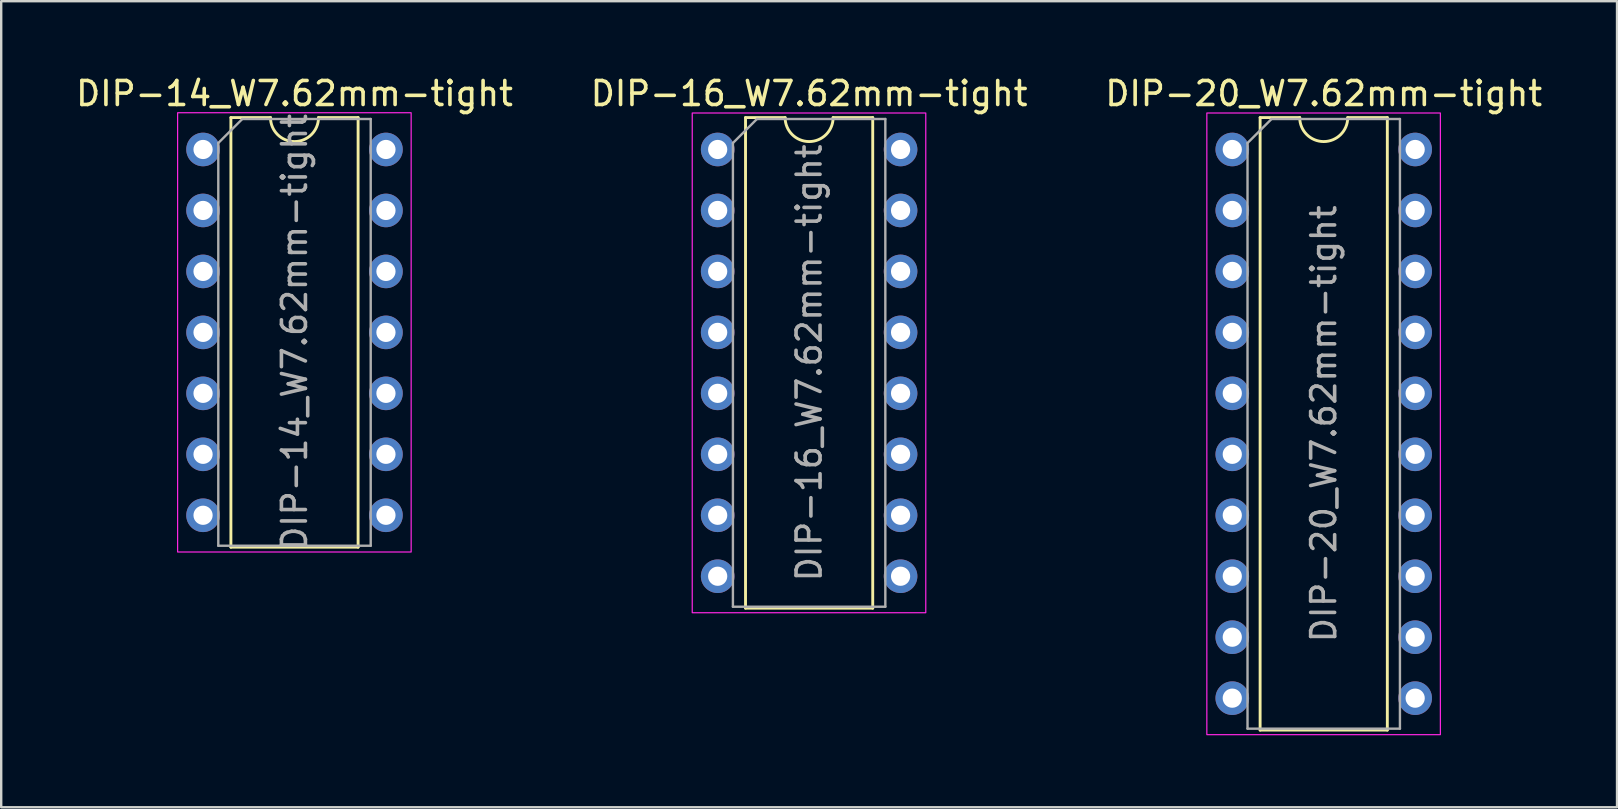
<source format=kicad_pcb>
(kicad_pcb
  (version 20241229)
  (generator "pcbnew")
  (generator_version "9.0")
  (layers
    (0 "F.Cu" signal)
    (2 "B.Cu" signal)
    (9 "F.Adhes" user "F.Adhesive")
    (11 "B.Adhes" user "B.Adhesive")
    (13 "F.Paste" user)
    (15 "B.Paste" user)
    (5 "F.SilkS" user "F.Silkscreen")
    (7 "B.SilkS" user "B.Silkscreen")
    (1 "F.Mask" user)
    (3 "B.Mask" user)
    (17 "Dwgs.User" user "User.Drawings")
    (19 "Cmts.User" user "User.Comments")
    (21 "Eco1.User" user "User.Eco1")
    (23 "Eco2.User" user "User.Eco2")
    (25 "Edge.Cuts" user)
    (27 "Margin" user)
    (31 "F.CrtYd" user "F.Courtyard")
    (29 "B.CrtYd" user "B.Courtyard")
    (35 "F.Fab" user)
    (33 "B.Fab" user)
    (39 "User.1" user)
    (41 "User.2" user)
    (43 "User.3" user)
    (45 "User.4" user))
  (footprint "DIP-20_W7.62mm-tight"
    (layer "F.Cu")
    (at 48.291 3.178)
    (property "Reference" "DIP-20_W7.62mm-tight" (at 3.81 -2.33 0) (layer "F.SilkS") (effects (font (size 1 1) (thickness 0.15))))
    (attr through_hole)
    (fp_line (start 1.16 -1.33) (end 1.16 24.19) (stroke (width 0.12) (type solid)) (layer "F.SilkS"))
    (fp_line (start 1.16 24.19) (end 6.46 24.19) (stroke (width 0.12) (type solid)) (layer "F.SilkS"))
    (fp_line (start 2.81 -1.33) (end 1.16 -1.33) (stroke (width 0.12) (type solid)) (layer "F.SilkS"))
    (fp_line (start 6.46 -1.33) (end 4.81 -1.33) (stroke (width 0.12) (type solid)) (layer "F.SilkS"))
    (fp_line (start 6.46 24.19) (end 6.46 -1.33) (stroke (width 0.12) (type solid)) (layer "F.SilkS"))
    (fp_arc (start 4.81 -1.33) (mid 3.81 -0.33) (end 2.81 -1.33) (stroke (width 0.12) (type solid)) (layer "F.SilkS"))
    (fp_rect (start -1.06 -1.52) (end 8.67 24.38) (stroke (width 0.05) (type solid)) (fill no) (layer "F.CrtYd"))
    (fp_line (start 0.635 -0.27) (end 1.635 -1.27) (stroke (width 0.1) (type solid)) (layer "F.Fab"))
    (fp_line (start 0.635 24.13) (end 0.635 -0.27) (stroke (width 0.1) (type solid)) (layer "F.Fab"))
    (fp_line (start 1.635 -1.27) (end 6.985 -1.27) (stroke (width 0.1) (type solid)) (layer "F.Fab"))
    (fp_line (start 6.985 -1.27) (end 6.985 24.13) (stroke (width 0.1) (type solid)) (layer "F.Fab"))
    (fp_line (start 6.985 24.13) (end 0.635 24.13) (stroke (width 0.1) (type solid)) (layer "F.Fab"))
    (fp_text user "${REFERENCE}" (at 3.81 11.43 90) (layer "F.Fab") (effects (font (size 1 1) (thickness 0.15))))
    (pad "1" thru_hole circle (at 0 0) (size 1.4 1.4) (drill 0.8) (layers "*.Cu" "*.Mask"))
    (pad "2" thru_hole circle (at 0 2.54) (size 1.4 1.4) (drill 0.8) (layers "*.Cu" "*.Mask"))
    (pad "3" thru_hole circle (at 0 5.08) (size 1.4 1.4) (drill 0.8) (layers "*.Cu" "*.Mask"))
    (pad "4" thru_hole circle (at 0 7.62) (size 1.4 1.4) (drill 0.8) (layers "*.Cu" "*.Mask"))
    (pad "5" thru_hole circle (at 0 10.16) (size 1.4 1.4) (drill 0.8) (layers "*.Cu" "*.Mask"))
    (pad "6" thru_hole circle (at 0 12.7) (size 1.4 1.4) (drill 0.8) (layers "*.Cu" "*.Mask"))
    (pad "7" thru_hole circle (at 0 15.24) (size 1.4 1.4) (drill 0.8) (layers "*.Cu" "*.Mask"))
    (pad "8" thru_hole circle (at 0 17.78) (size 1.4 1.4) (drill 0.8) (layers "*.Cu" "*.Mask"))
    (pad "9" thru_hole circle (at 0 20.32) (size 1.4 1.4) (drill 0.8) (layers "*.Cu" "*.Mask"))
    (pad "10" thru_hole circle (at 0 22.86) (size 1.4 1.4) (drill 0.8) (layers "*.Cu" "*.Mask"))
    (pad "11" thru_hole circle (at 7.62 22.86) (size 1.4 1.4) (drill 0.8) (layers "*.Cu" "*.Mask"))
    (pad "12" thru_hole circle (at 7.62 20.32) (size 1.4 1.4) (drill 0.8) (layers "*.Cu" "*.Mask"))
    (pad "13" thru_hole circle (at 7.62 17.78) (size 1.4 1.4) (drill 0.8) (layers "*.Cu" "*.Mask"))
    (pad "14" thru_hole circle (at 7.62 15.24) (size 1.4 1.4) (drill 0.8) (layers "*.Cu" "*.Mask"))
    (pad "15" thru_hole circle (at 7.62 12.7) (size 1.4 1.4) (drill 0.8) (layers "*.Cu" "*.Mask"))
    (pad "16" thru_hole circle (at 7.62 10.16) (size 1.4 1.4) (drill 0.8) (layers "*.Cu" "*.Mask"))
    (pad "17" thru_hole circle (at 7.62 7.62) (size 1.4 1.4) (drill 0.8) (layers "*.Cu" "*.Mask"))
    (pad "18" thru_hole circle (at 7.62 5.08) (size 1.4 1.4) (drill 0.8) (layers "*.Cu" "*.Mask"))
    (pad "19" thru_hole circle (at 7.62 2.54) (size 1.4 1.4) (drill 0.8) (layers "*.Cu" "*.Mask"))
    (pad "20" thru_hole circle (at 7.62 0) (size 1.4 1.4) (drill 0.8) (layers "*.Cu" "*.Mask")))
  (footprint "DIP-16_W7.62mm-tight"
    (layer "F.Cu")
    (at 26.851 3.178)
    (property "Reference" "DIP-16_W7.62mm-tight" (at 3.81 -2.33 0) (layer "F.SilkS") (effects (font (size 1 1) (thickness 0.15))))
    (attr through_hole)
    (fp_line (start 1.16 -1.33) (end 1.16 19.11) (stroke (width 0.12) (type solid)) (layer "F.SilkS"))
    (fp_line (start 1.16 19.11) (end 6.46 19.11) (stroke (width 0.12) (type solid)) (layer "F.SilkS"))
    (fp_line (start 2.81 -1.33) (end 1.16 -1.33) (stroke (width 0.12) (type solid)) (layer "F.SilkS"))
    (fp_line (start 6.46 -1.33) (end 4.81 -1.33) (stroke (width 0.12) (type solid)) (layer "F.SilkS"))
    (fp_line (start 6.46 19.11) (end 6.46 -1.33) (stroke (width 0.12) (type solid)) (layer "F.SilkS"))
    (fp_arc (start 4.81 -1.33) (mid 3.81 -0.33) (end 2.81 -1.33) (stroke (width 0.12) (type solid)) (layer "F.SilkS"))
    (fp_rect (start -1.06 -1.52) (end 8.67 19.3) (stroke (width 0.05) (type solid)) (fill no) (layer "F.CrtYd"))
    (fp_line (start 0.635 -0.27) (end 1.635 -1.27) (stroke (width 0.1) (type solid)) (layer "F.Fab"))
    (fp_line (start 0.635 19.05) (end 0.635 -0.27) (stroke (width 0.1) (type solid)) (layer "F.Fab"))
    (fp_line (start 1.635 -1.27) (end 6.985 -1.27) (stroke (width 0.1) (type solid)) (layer "F.Fab"))
    (fp_line (start 6.985 -1.27) (end 6.985 19.05) (stroke (width 0.1) (type solid)) (layer "F.Fab"))
    (fp_line (start 6.985 19.05) (end 0.635 19.05) (stroke (width 0.1) (type solid)) (layer "F.Fab"))
    (fp_text user "${REFERENCE}" (at 3.81 8.89 90) (layer "F.Fab") (effects (font (size 1 1) (thickness 0.15))))
    (pad "1" thru_hole circle (at 0 0) (size 1.4 1.4) (drill 0.8) (layers "*.Cu" "*.Mask"))
    (pad "2" thru_hole circle (at 0 2.54) (size 1.4 1.4) (drill 0.8) (layers "*.Cu" "*.Mask"))
    (pad "3" thru_hole circle (at 0 5.08) (size 1.4 1.4) (drill 0.8) (layers "*.Cu" "*.Mask"))
    (pad "4" thru_hole circle (at 0 7.62) (size 1.4 1.4) (drill 0.8) (layers "*.Cu" "*.Mask"))
    (pad "5" thru_hole circle (at 0 10.16) (size 1.4 1.4) (drill 0.8) (layers "*.Cu" "*.Mask"))
    (pad "6" thru_hole circle (at 0 12.7) (size 1.4 1.4) (drill 0.8) (layers "*.Cu" "*.Mask"))
    (pad "7" thru_hole circle (at 0 15.24) (size 1.4 1.4) (drill 0.8) (layers "*.Cu" "*.Mask"))
    (pad "8" thru_hole circle (at 0 17.78) (size 1.4 1.4) (drill 0.8) (layers "*.Cu" "*.Mask"))
    (pad "9" thru_hole circle (at 7.62 17.78) (size 1.4 1.4) (drill 0.8) (layers "*.Cu" "*.Mask"))
    (pad "10" thru_hole circle (at 7.62 15.24) (size 1.4 1.4) (drill 0.8) (layers "*.Cu" "*.Mask"))
    (pad "11" thru_hole circle (at 7.62 12.7) (size 1.4 1.4) (drill 0.8) (layers "*.Cu" "*.Mask"))
    (pad "12" thru_hole circle (at 7.62 10.16) (size 1.4 1.4) (drill 0.8) (layers "*.Cu" "*.Mask"))
    (pad "13" thru_hole circle (at 7.62 7.62) (size 1.4 1.4) (drill 0.8) (layers "*.Cu" "*.Mask"))
    (pad "14" thru_hole circle (at 7.62 5.08) (size 1.4 1.4) (drill 0.8) (layers "*.Cu" "*.Mask"))
    (pad "15" thru_hole circle (at 7.62 2.54) (size 1.4 1.4) (drill 0.8) (layers "*.Cu" "*.Mask"))
    (pad "16" thru_hole circle (at 7.62 0) (size 1.4 1.4) (drill 0.8) (layers "*.Cu" "*.Mask")))
  (footprint "DIP-14_W7.62mm-tight"
    (layer "F.Cu")
    (at 5.41 3.178)
    (property "Reference" "DIP-14_W7.62mm-tight" (at 3.81 -2.33 0) (layer "F.SilkS") (effects (font (size 1 1) (thickness 0.15))))
    (attr through_hole)
    (fp_line (start 1.16 -1.33) (end 1.16 16.57) (stroke (width 0.12) (type solid)) (layer "F.SilkS"))
    (fp_line (start 1.16 16.57) (end 6.46 16.57) (stroke (width 0.12) (type solid)) (layer "F.SilkS"))
    (fp_line (start 2.81 -1.33) (end 1.16 -1.33) (stroke (width 0.12) (type solid)) (layer "F.SilkS"))
    (fp_line (start 6.46 -1.33) (end 4.81 -1.33) (stroke (width 0.12) (type solid)) (layer "F.SilkS"))
    (fp_line (start 6.46 16.57) (end 6.46 -1.33) (stroke (width 0.12) (type solid)) (layer "F.SilkS"))
    (fp_arc (start 4.81 -1.33) (mid 3.81 -0.33) (end 2.81 -1.33) (stroke (width 0.12) (type solid)) (layer "F.SilkS"))
    (fp_rect (start -1.06 -1.53) (end 8.67 16.77) (stroke (width 0.05) (type solid)) (fill no) (layer "F.CrtYd"))
    (fp_line (start 0.635 -0.27) (end 1.635 -1.27) (stroke (width 0.1) (type solid)) (layer "F.Fab"))
    (fp_line (start 0.635 16.51) (end 0.635 -0.27) (stroke (width 0.1) (type solid)) (layer "F.Fab"))
    (fp_line (start 1.635 -1.27) (end 6.985 -1.27) (stroke (width 0.1) (type solid)) (layer "F.Fab"))
    (fp_line (start 6.985 -1.27) (end 6.985 16.51) (stroke (width 0.1) (type solid)) (layer "F.Fab"))
    (fp_line (start 6.985 16.51) (end 0.635 16.51) (stroke (width 0.1) (type solid)) (layer "F.Fab"))
    (fp_text user "${REFERENCE}" (at 3.81 7.62 90) (layer "F.Fab") (effects (font (size 1 1) (thickness 0.15))))
    (pad "1" thru_hole circle (at 0 0) (size 1.4 1.4) (drill 0.8) (layers "*.Cu" "*.Mask"))
    (pad "2" thru_hole circle (at 0 2.54) (size 1.4 1.4) (drill 0.8) (layers "*.Cu" "*.Mask"))
    (pad "3" thru_hole circle (at 0 5.08) (size 1.4 1.4) (drill 0.8) (layers "*.Cu" "*.Mask"))
    (pad "4" thru_hole circle (at 0 7.62) (size 1.4 1.4) (drill 0.8) (layers "*.Cu" "*.Mask"))
    (pad "5" thru_hole circle (at 0 10.16) (size 1.4 1.4) (drill 0.8) (layers "*.Cu" "*.Mask"))
    (pad "6" thru_hole circle (at 0 12.7) (size 1.4 1.4) (drill 0.8) (layers "*.Cu" "*.Mask"))
    (pad "7" thru_hole circle (at 0 15.24) (size 1.4 1.4) (drill 0.8) (layers "*.Cu" "*.Mask"))
    (pad "8" thru_hole circle (at 7.62 15.24) (size 1.4 1.4) (drill 0.8) (layers "*.Cu" "*.Mask"))
    (pad "9" thru_hole circle (at 7.62 12.7) (size 1.4 1.4) (drill 0.8) (layers "*.Cu" "*.Mask"))
    (pad "10" thru_hole circle (at 7.62 10.16) (size 1.4 1.4) (drill 0.8) (layers "*.Cu" "*.Mask"))
    (pad "11" thru_hole circle (at 7.62 7.62) (size 1.4 1.4) (drill 0.8) (layers "*.Cu" "*.Mask"))
    (pad "12" thru_hole circle (at 7.62 5.08) (size 1.4 1.4) (drill 0.8) (layers "*.Cu" "*.Mask"))
    (pad "13" thru_hole circle (at 7.62 2.54) (size 1.4 1.4) (drill 0.8) (layers "*.Cu" "*.Mask"))
    (pad "14" thru_hole circle (at 7.62 0) (size 1.4 1.4) (drill 0.8) (layers "*.Cu" "*.Mask")))
  (gr_rect
    (start -3 -3)
    (end 64.321 30.583)
    (stroke (width 0.1) (type default))
    (fill no)
    (layer "Edge.Cuts")))
</source>
